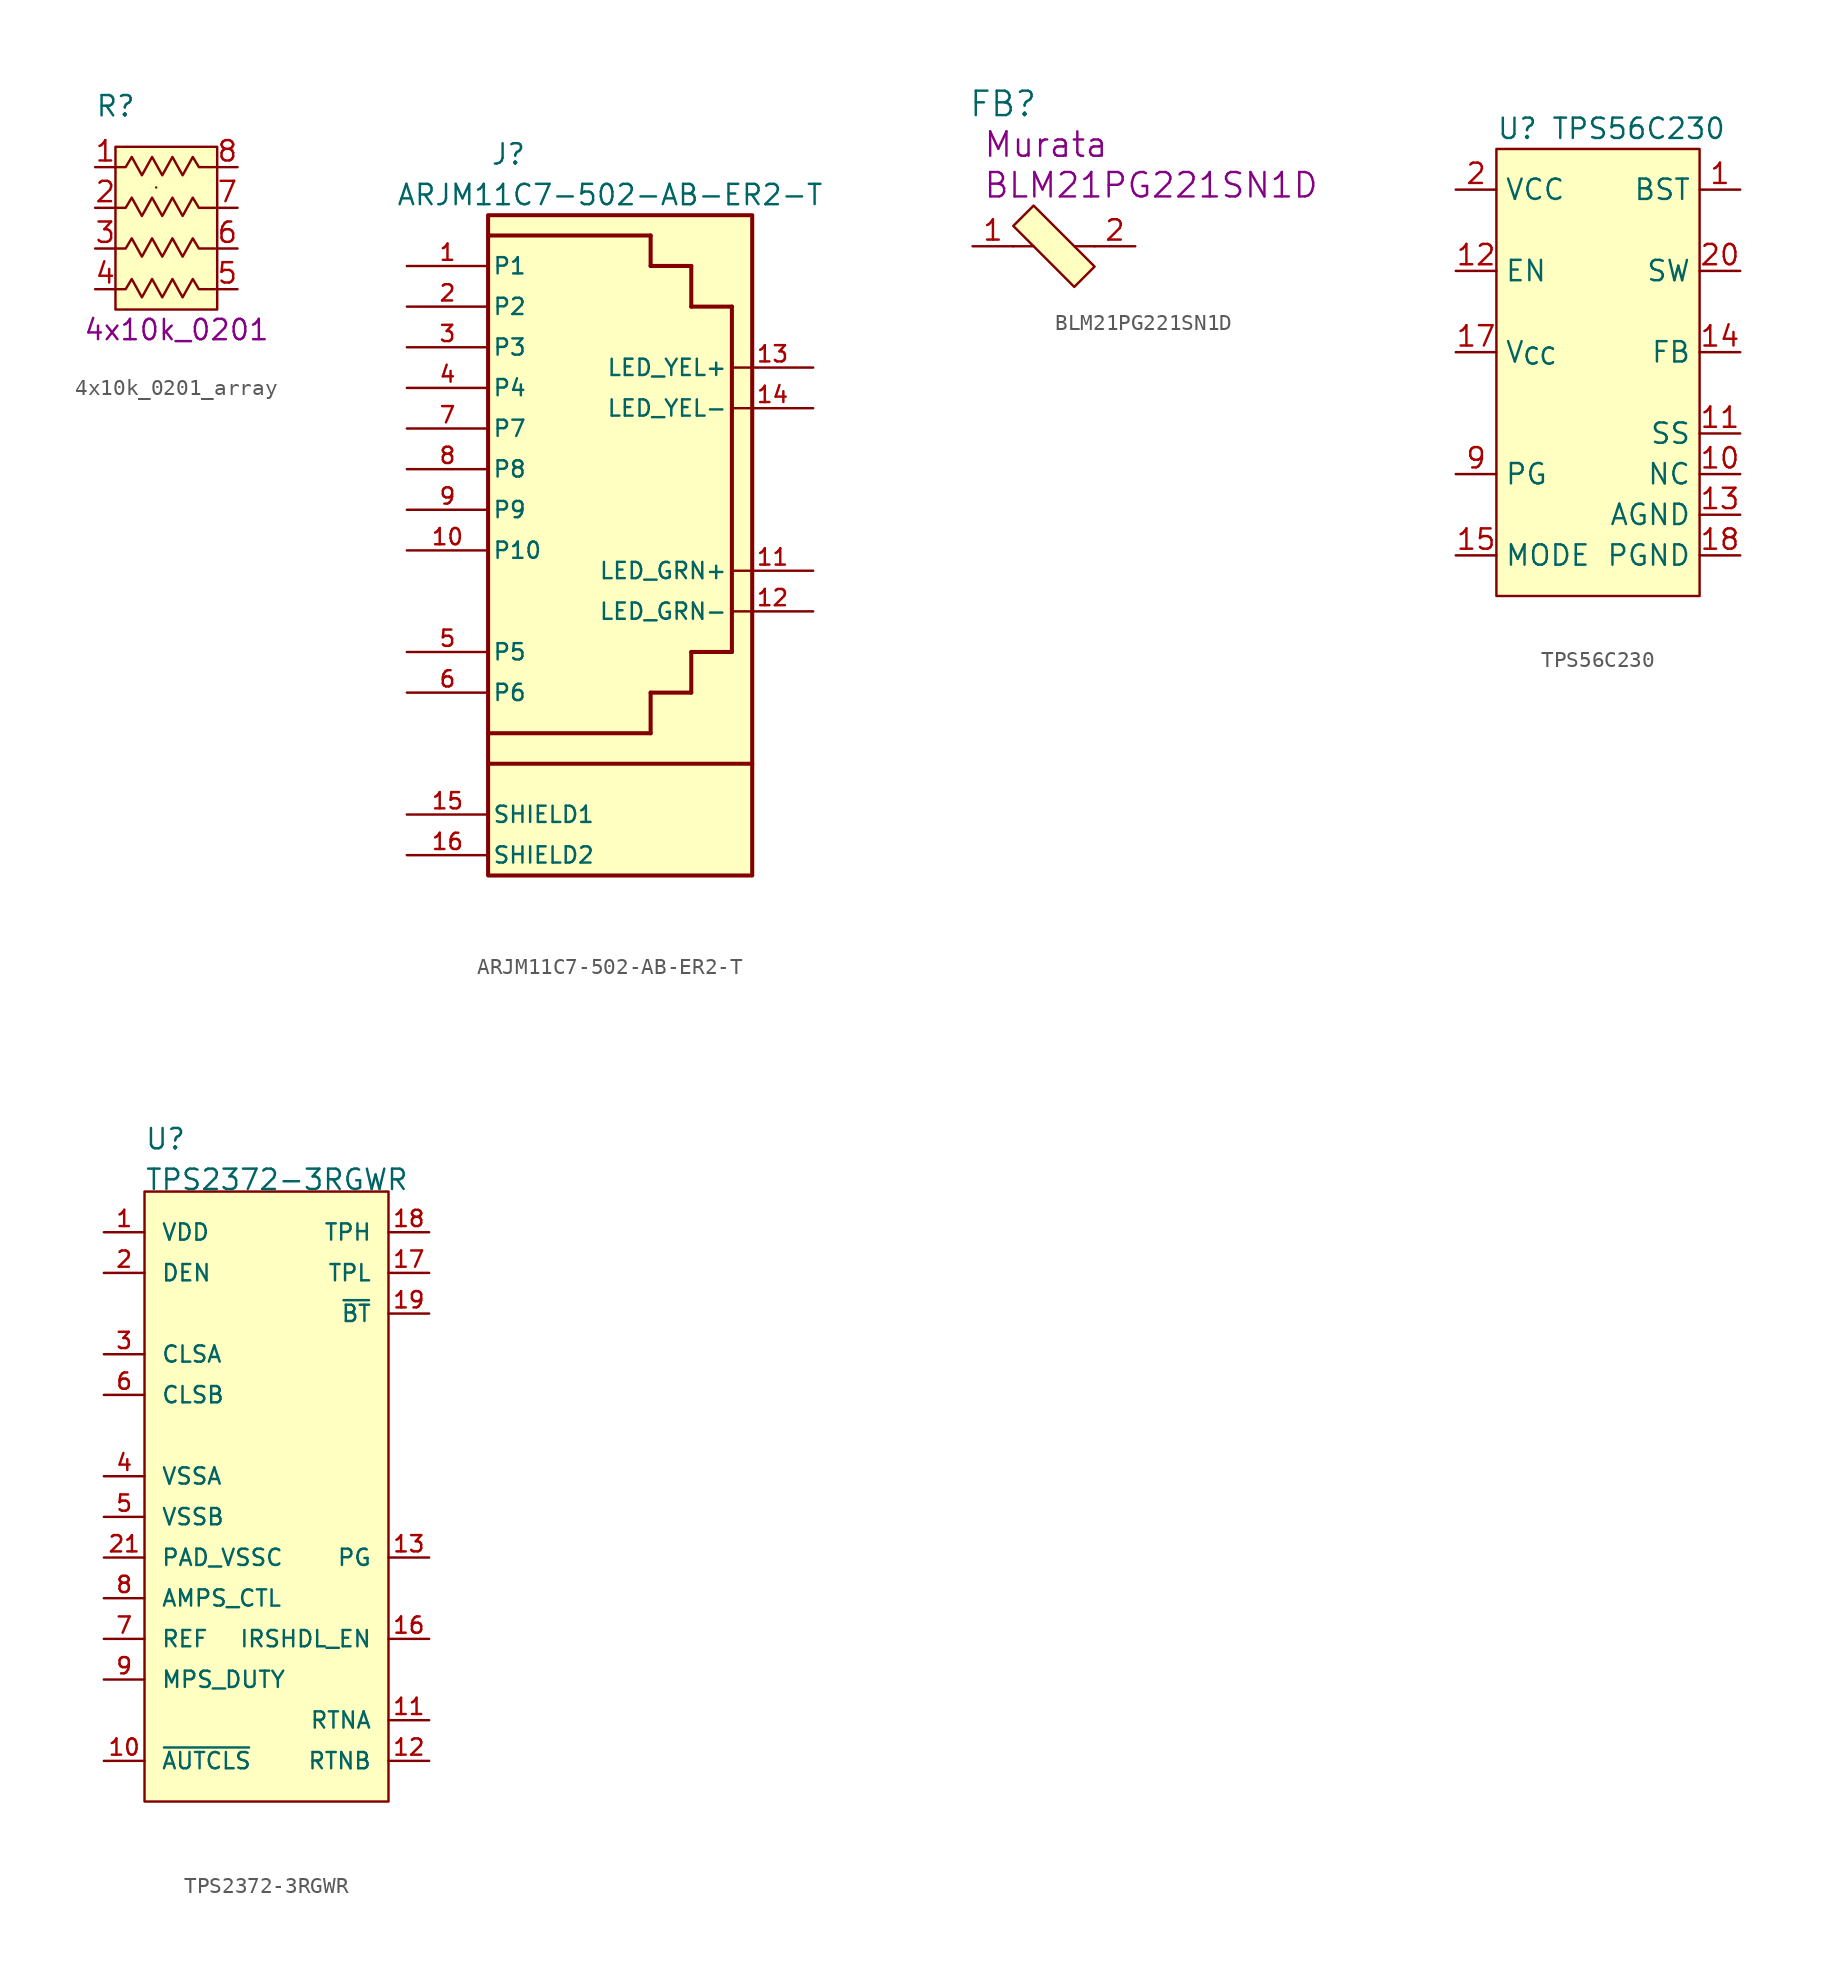
<source format=kicad_sym>
(kicad_symbol_lib
  (version 20220914)
  (generator kicad_symbol_editor)
  (symbol "4x10k_0201_array"
    (pin_names
      (offset 1.016))
    (property "Reference" "R"
      (at -5.08 13.97 0)
      (effects (font (size 1.27 1.27)) (justify left)))
    (property "Val" "4x10k_0201"
      (at 0 0 0)
      (effects (font (size 1.27 1.27))))
    (symbol "4x10k_0201_array_0_1"
      (rectangle (start -3.81 11.43) (end 2.54 1.27) (stroke (width 0) (type default)) (fill (type background)))
      (rectangle (start -1.27 8.89) (end -1.27 8.89) (stroke (width 0) (type default)) (fill (type none)))
      (polyline (pts (xy -3.81 7.62) (xy -3.175 7.62) (xy -2.794 8.255) (xy -2.159 7.112) (xy -1.524 8.255) (xy -0.889 7.112) (xy -0.254 8.255) (xy 0.381 7.112) (xy 1.016 8.255) (xy 1.397 7.62) (xy 2.413 7.62)) (stroke (width 0) (type default)) (fill (type none))))
    (symbol "4x10k_0201_array_1_1"
      (polyline (pts (xy -3.81 2.54) (xy -3.175 2.54) (xy -2.794 3.175) (xy -2.159 2.032) (xy -1.524 3.175) (xy -0.889 2.032) (xy -0.254 3.175) (xy 0.381 2.032) (xy 1.016 3.175) (xy 1.397 2.54) (xy 2.413 2.54)) (stroke (width 0) (type default)) (fill (type none)))
      (polyline (pts (xy -3.81 5.08) (xy -3.175 5.08) (xy -2.794 5.715) (xy -2.159 4.572) (xy -1.524 5.715) (xy -0.889 4.572) (xy -0.254 5.715) (xy 0.381 4.572) (xy 1.016 5.715) (xy 1.397 5.08) (xy 2.413 5.08)) (stroke (width 0) (type default)) (fill (type none)))
      (polyline (pts (xy -3.81 10.16) (xy -3.175 10.16) (xy -2.794 10.795) (xy -2.159 9.652) (xy -1.524 10.795) (xy -0.889 9.652) (xy -0.254 10.795) (xy 0.381 9.652) (xy 1.016 10.795) (xy 1.397 10.16) (xy 2.413 10.16)) (stroke (width 0) (type default)) (fill (type none)))
      (pin passive line (at -5.08 10.16 0) (length 1.27) (name "~" (effects (font (size 1.27 1.27)))) (number "1" (effects (font (size 1.27 1.27)))))
      (pin passive line (at -5.08 7.62 0) (length 1.27) (name "~" (effects (font (size 1.27 1.27)))) (number "2" (effects (font (size 1.27 1.27)))))
      (pin passive line (at -5.08 5.08 0) (length 1.27) (name "~" (effects (font (size 1.27 1.27)))) (number "3" (effects (font (size 1.27 1.27)))))
      (pin passive line (at -5.08 2.54 0) (length 1.27) (name "~" (effects (font (size 1.27 1.27)))) (number "4" (effects (font (size 1.27 1.27)))))
      (pin passive line (at 3.81 2.54 180) (length 1.27) (name "~" (effects (font (size 1.27 1.27)))) (number "5" (effects (font (size 1.27 1.27)))))
      (pin passive line (at 3.81 5.08 180) (length 1.27) (name "~" (effects (font (size 1.27 1.27)))) (number "6" (effects (font (size 1.27 1.27)))))
      (pin passive line (at 3.81 7.62 180) (length 1.27) (name "~" (effects (font (size 1.27 1.27)))) (number "7" (effects (font (size 1.27 1.27)))))
      (pin passive line (at 3.81 10.16 180) (length 1.27) (name "~" (effects (font (size 1.27 1.27)))) (number "8" (effects (font (size 1.27 1.27)))))))
  (symbol "ARJM11C7-502-AB-ER2-T"
    (pin_names
      (offset 0.254))
    (property "Reference" "J"
      (at -6.35 23.495 0)
      (effects (font (size 1.27 1.27))))
    (property "Value" "ARJM11C7-502-AB-ER2-T"
      (at 0 20.955 0)
      (effects (font (size 1.27 1.27))))
    (symbol "ARJM11C7-502-AB-ER2-T_1_1"
      (rectangle (start -7.62 19.685) (end 8.89 -21.59) (stroke (width 0.254) (type default)) (fill (type background)))
      (polyline (pts (xy -7.62 18.415) (xy 2.54 18.415)) (stroke (width 0.254) (type default)) (fill (type none)))
      (polyline (pts (xy 2.54 -12.7) (xy -7.62 -12.7)) (stroke (width 0.254) (type default)) (fill (type none)))
      (polyline (pts (xy 2.54 -12.7) (xy 2.54 -10.16)) (stroke (width 0.254) (type default)) (fill (type none)))
      (polyline (pts (xy 2.54 -10.16) (xy 5.08 -10.16)) (stroke (width 0.254) (type default)) (fill (type none)))
      (polyline (pts (xy 2.54 16.51) (xy 5.08 16.51)) (stroke (width 0.254) (type default)) (fill (type none)))
      (polyline (pts (xy 2.54 18.415) (xy 2.54 16.51)) (stroke (width 0.254) (type default)) (fill (type none)))
      (polyline (pts (xy 5.08 -10.16) (xy 5.08 -7.62)) (stroke (width 0.254) (type default)) (fill (type none)))
      (polyline (pts (xy 5.08 -7.62) (xy 7.62 -7.62)) (stroke (width 0.254) (type default)) (fill (type none)))
      (polyline (pts (xy 5.08 13.97) (xy 7.62 13.97)) (stroke (width 0.254) (type default)) (fill (type none)))
      (polyline (pts (xy 5.08 16.51) (xy 5.08 13.97)) (stroke (width 0.254) (type default)) (fill (type none)))
      (polyline (pts (xy 7.62 13.97) (xy 7.62 -7.62)) (stroke (width 0.254) (type default)) (fill (type none)))
      (polyline (pts (xy 8.89 -14.605) (xy -7.62 -14.605)) (stroke (width 0.254) (type default)) (fill (type none)))
      (pin bidirectional line (at -12.7 16.51 0) (length 5.08) (name "P1" (effects (font (size 1.016 1.016)))) (number "1" (effects (font (size 1.016 1.016)))))
      (pin bidirectional line (at -12.7 -1.27 0) (length 5.08) (name "P10" (effects (font (size 1.016 1.016)))) (number "10" (effects (font (size 1.016 1.016)))))
      (pin passive line (at 12.7 -2.54 180) (length 5.08) (name "LED_GRN+" (effects (font (size 1.016 1.016)))) (number "11" (effects (font (size 1.016 1.016)))))
      (pin passive line (at 12.7 -5.08 180) (length 5.08) (name "LED_GRN-" (effects (font (size 1.016 1.016)))) (number "12" (effects (font (size 1.016 1.016)))))
      (pin passive line (at 12.7 10.16 180) (length 5.08) (name "LED_YEL+" (effects (font (size 1.016 1.016)))) (number "13" (effects (font (size 1.016 1.016)))))
      (pin passive line (at 12.7 7.62 180) (length 5.08) (name "LED_YEL-" (effects (font (size 1.016 1.016)))) (number "14" (effects (font (size 1.016 1.016)))))
      (pin passive line (at -12.7 -17.78 0) (length 5.08) (name "SHIELD1" (effects (font (size 1.016 1.016)))) (number "15" (effects (font (size 1.016 1.016)))))
      (pin passive line (at -12.7 -20.32 0) (length 5.08) (name "SHIELD2" (effects (font (size 1.016 1.016)))) (number "16" (effects (font (size 1.016 1.016)))))
      (pin bidirectional line (at -12.7 13.97 0) (length 5.08) (name "P2" (effects (font (size 1.016 1.016)))) (number "2" (effects (font (size 1.016 1.016)))))
      (pin bidirectional line (at -12.7 11.43 0) (length 5.08) (name "P3" (effects (font (size 1.016 1.016)))) (number "3" (effects (font (size 1.016 1.016)))))
      (pin bidirectional line (at -12.7 8.89 0) (length 5.08) (name "P4" (effects (font (size 1.016 1.016)))) (number "4" (effects (font (size 1.016 1.016)))))
      (pin bidirectional line (at -12.7 -7.62 0) (length 5.08) (name "P5" (effects (font (size 1.016 1.016)))) (number "5" (effects (font (size 1.016 1.016)))))
      (pin bidirectional line (at -12.7 -10.16 0) (length 5.08) (name "P6" (effects (font (size 1.016 1.016)))) (number "6" (effects (font (size 1.016 1.016)))))
      (pin bidirectional line (at -12.7 6.35 0) (length 5.08) (name "P7" (effects (font (size 1.016 1.016)))) (number "7" (effects (font (size 1.016 1.016)))))
      (pin bidirectional line (at -12.7 3.81 0) (length 5.08) (name "P8" (effects (font (size 1.016 1.016)))) (number "8" (effects (font (size 1.016 1.016)))))
      (pin bidirectional line (at -12.7 1.27 0) (length 5.08) (name "P9" (effects (font (size 1.016 1.016)))) (number "9" (effects (font (size 1.016 1.016)))))))
  (symbol "BLM21PG221SN1D"
    (pin_names
      (offset 1.016))
    (property "Reference" "FB"
      (at -3.175 8.89 0)
      (effects (font (size 1.524 1.524))))
    (property "MPN" "BLM21PG221SN1D"
      (at -4.445 3.81 0)
      (effects (font (size 1.524 1.524)) (justify left)))
    (property "Manufacturer" "Murata"
      (at -4.445 6.35 0)
      (effects (font (size 1.524 1.524)) (justify left)))
    (symbol "BLM21PG221SN1D_0_1"
      (polyline (pts (xy -1.27 0) (xy -2.54 0)) (stroke (width 0) (type default)) (fill (type none)))
      (polyline (pts (xy 1.27 0) (xy 2.54 0)) (stroke (width 0) (type default)) (fill (type none)))
      (polyline (pts (xy -1.27 2.54) (xy -2.54 1.27) (xy 1.27 -2.54) (xy 2.54 -1.27) (xy -1.27 2.54)) (stroke (width 0) (type default)) (fill (type background))))
    (symbol "BLM21PG221SN1D_1_1"
      (pin passive line (at -5.08 0 0) (length 2.54) (name "~" (effects (font (size 1.27 1.27)))) (number "1" (effects (font (size 1.27 1.27)))))
      (pin passive line (at 5.08 0 180) (length 2.54) (name "~" (effects (font (size 1.27 1.27)))) (number "2" (effects (font (size 1.27 1.27)))))))
  (symbol "TPS56C230"
    (property "Reference" "U"
      (at 2.54 3.81 0)
      (effects (font (size 1.27 1.27)) (justify left)))
    (property "Value" "TPS56C230"
      (at 11.43 3.81 0)
      (effects (font (size 1.27 1.27))))
    (symbol "TPS56C230_0_1"
      (rectangle (start 2.54 2.54) (end 15.24 -25.4) (stroke (width 0) (type default)) (fill (type background))))
    (symbol "TPS56C230_1_1"
      (pin passive line (at 17.78 0 180) (length 2.54) (name "BST" (effects (font (size 1.27 1.27)))) (number "1" (effects (font (size 1.27 1.27)))))
      (pin passive line (at 17.78 -17.78 180) (length 2.54) (name "NC" (effects (font (size 1.27 1.27)))) (number "10" (effects (font (size 1.27 1.27)))))
      (pin passive line (at 17.78 -15.24 180) (length 2.54) (name "SS" (effects (font (size 1.27 1.27)))) (number "11" (effects (font (size 1.27 1.27)))))
      (pin passive line (at 0 -5.08 0) (length 2.54) (name "EN" (effects (font (size 1.27 1.27)))) (number "12" (effects (font (size 1.27 1.27)))))
      (pin passive line (at 17.78 -20.32 180) (length 2.54) (name "AGND" (effects (font (size 1.27 1.27)))) (number "13" (effects (font (size 1.27 1.27)))))
      (pin passive line (at 17.78 -10.16 180) (length 2.54) (name "FB" (effects (font (size 1.27 1.27)))) (number "14" (effects (font (size 1.27 1.27)))))
      (pin passive line (at 0 -22.86 0) (length 2.54) (name "MODE" (effects (font (size 1.27 1.27)))) (number "15" (effects (font (size 1.27 1.27)))))
      (pin passive line (at 17.78 -17.78 180) (length 2.54) hide (name "NC" (effects (font (size 1.27 1.27)))) (number "16" (effects (font (size 1.27 1.27)))))
      (pin passive line (at 0 -10.16 0) (length 2.54) (name "V_{CC}" (effects (font (size 1.27 1.27)))) (number "17" (effects (font (size 1.27 1.27)))))
      (pin passive line (at 17.78 -22.86 180) (length 2.54) (name "PGND" (effects (font (size 1.27 1.27)))) (number "18" (effects (font (size 1.27 1.27)))))
      (pin passive line (at 17.78 -5.08 180) (length 2.54) hide (name "SW" (effects (font (size 1.27 1.27)))) (number "19" (effects (font (size 1.27 1.27)))))
      (pin power_in line (at 0 0 0) (length 2.54) (name "VCC" (effects (font (size 1.27 1.27)))) (number "2" (effects (font (size 1.27 1.27)))))
      (pin passive line (at 17.78 -5.08 180) (length 2.54) (name "SW" (effects (font (size 1.27 1.27)))) (number "20" (effects (font (size 1.27 1.27)))))
      (pin passive line (at 17.78 -22.86 180) (length 2.54) hide (name "PGND" (effects (font (size 1.27 1.27)))) (number "21" (effects (font (size 1.27 1.27)))))
      (pin power_in line (at 0 0 0) (length 2.54) hide (name "VCC" (effects (font (size 1.27 1.27)))) (number "3" (effects (font (size 1.27 1.27)))))
      (pin power_in line (at 0 0 0) (length 2.54) hide (name "VCC" (effects (font (size 1.27 1.27)))) (number "4" (effects (font (size 1.27 1.27)))))
      (pin power_in line (at 0 0 0) (length 2.54) hide (name "VCC" (effects (font (size 1.27 1.27)))) (number "5" (effects (font (size 1.27 1.27)))))
      (pin passive line (at 17.78 -5.08 180) (length 2.54) hide (name "SW" (effects (font (size 1.27 1.27)))) (number "6" (effects (font (size 1.27 1.27)))))
      (pin passive line (at 17.78 -22.86 180) (length 2.54) hide (name "PGND" (effects (font (size 1.27 1.27)))) (number "7" (effects (font (size 1.27 1.27)))))
      (pin passive line (at 17.78 -22.86 180) (length 2.54) hide (name "PGND" (effects (font (size 1.27 1.27)))) (number "8" (effects (font (size 1.27 1.27)))))
      (pin passive line (at 0 -17.78 0) (length 2.54) (name "PG" (effects (font (size 1.27 1.27)))) (number "9" (effects (font (size 1.27 1.27)))))))
  (symbol "TPS2372-3RGWR"
    (pin_names
      (offset 1.016))
    (property "Reference" "U"
      (at -7.62 27.94 0)
      (effects (font (size 1.27 1.27)) (justify left bottom)))
    (property "Value" "TPS2372-3RGWR"
      (at -7.62 25.4 0)
      (effects (font (size 1.27 1.27)) (justify left bottom)))
    (symbol "TPS2372-3RGWR_0_0"
      (rectangle (start -7.62 25.4) (end 7.62 -12.7) (stroke (width 0.152) (type default)) (fill (type background)))
      (pin power_in line (at -10.16 22.86 0) (length 2.54) (name "VDD" (effects (font (size 1.016 1.016)))) (number "1" (effects (font (size 1.016 1.016)))))
      (pin input line (at -10.16 -10.16 0) (length 2.54) (name "~{AUTCLS}" (effects (font (size 1.016 1.016)))) (number "10" (effects (font (size 1.016 1.016)))))
      (pin output line (at 10.16 -7.62 180) (length 2.54) (name "RTNA" (effects (font (size 1.016 1.016)))) (number "11" (effects (font (size 1.016 1.016)))))
      (pin output line (at 10.16 -10.16 180) (length 2.54) (name "RTNB" (effects (font (size 1.016 1.016)))) (number "12" (effects (font (size 1.016 1.016)))))
      (pin output line (at 10.16 2.54 180) (length 2.54) (name "PG" (effects (font (size 1.016 1.016)))) (number "13" (effects (font (size 1.016 1.016)))))
      (pin output line (at 10.16 7.62 180) (length 2.54) hide (name "NC" (effects (font (size 1.016 1.016)))) (number "14" (effects (font (size 1.016 1.016)))))
      (pin input line (at 10.16 12.7 180) (length 2.54) hide (name "NC" (effects (font (size 1.016 1.016)))) (number "15" (effects (font (size 1.016 1.016)))))
      (pin output line (at 10.16 -2.54 180) (length 2.54) (name "IRSHDL_EN" (effects (font (size 1.016 1.016)))) (number "16" (effects (font (size 1.016 1.016)))))
      (pin output line (at 10.16 20.32 180) (length 2.54) (name "TPL" (effects (font (size 1.016 1.016)))) (number "17" (effects (font (size 1.016 1.016)))))
      (pin output line (at 10.16 22.86 180) (length 2.54) (name "TPH" (effects (font (size 1.016 1.016)))) (number "18" (effects (font (size 1.016 1.016)))))
      (pin output line (at 10.16 17.78 180) (length 2.54) (name "~{BT}" (effects (font (size 1.016 1.016)))) (number "19" (effects (font (size 1.016 1.016)))))
      (pin input line (at -10.16 20.32 0) (length 2.54) (name "DEN" (effects (font (size 1.016 1.016)))) (number "2" (effects (font (size 1.016 1.016)))))
      (pin power_in line (at -10.16 2.54 0) (length 2.54) (name "PAD_VSSC" (effects (font (size 1.016 1.016)))) (number "21" (effects (font (size 1.016 1.016)))))
      (pin input line (at -10.16 15.24 0) (length 2.54) (name "CLSA" (effects (font (size 1.016 1.016)))) (number "3" (effects (font (size 1.016 1.016)))))
      (pin power_in line (at -10.16 7.62 0) (length 2.54) (name "VSSA" (effects (font (size 1.016 1.016)))) (number "4" (effects (font (size 1.016 1.016)))))
      (pin power_in line (at -10.16 5.08 0) (length 2.54) (name "VSSB" (effects (font (size 1.016 1.016)))) (number "5" (effects (font (size 1.016 1.016)))))
      (pin input line (at -10.16 12.7 0) (length 2.54) (name "CLSB" (effects (font (size 1.016 1.016)))) (number "6" (effects (font (size 1.016 1.016)))))
      (pin input line (at -10.16 -2.54 0) (length 2.54) (name "REF" (effects (font (size 1.016 1.016)))) (number "7" (effects (font (size 1.016 1.016)))))
      (pin input line (at -10.16 0 0) (length 2.54) (name "AMPS_CTL" (effects (font (size 1.016 1.016)))) (number "8" (effects (font (size 1.016 1.016)))))
      (pin input line (at -10.16 -5.08 0) (length 2.54) (name "MPS_DUTY" (effects (font (size 1.016 1.016)))) (number "9" (effects (font (size 1.016 1.016))))))))
</source>
